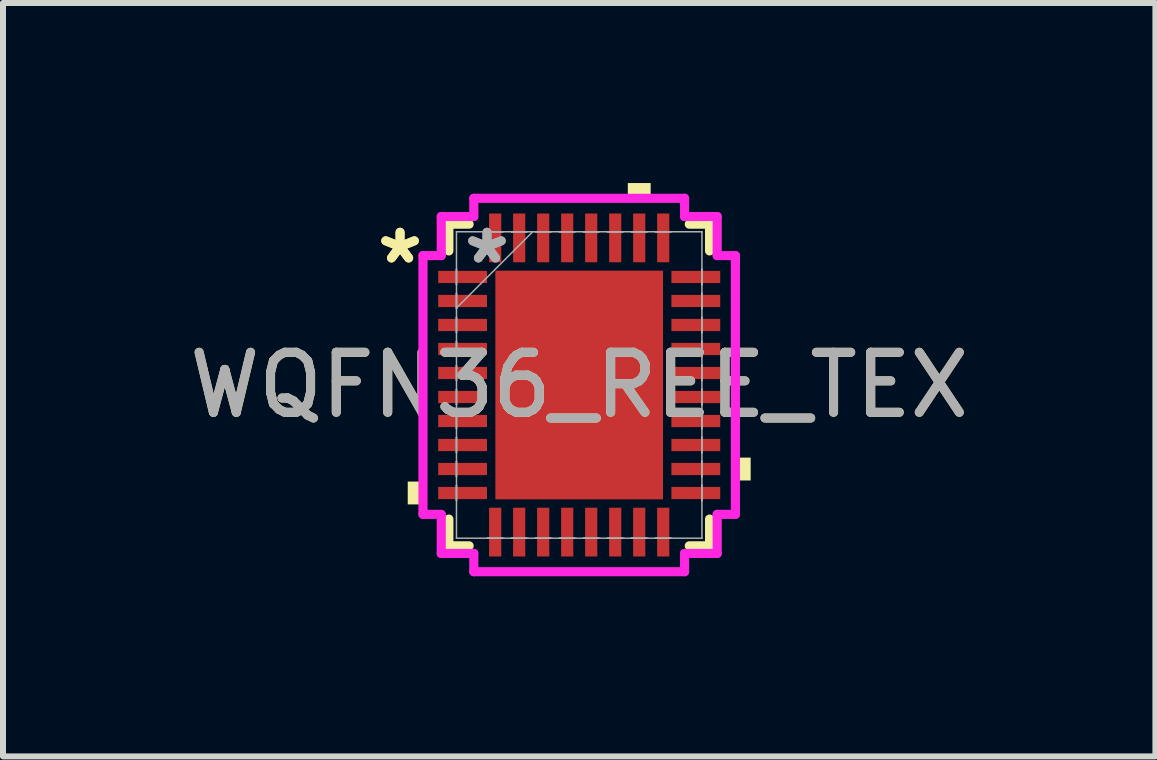
<source format=kicad_pcb>
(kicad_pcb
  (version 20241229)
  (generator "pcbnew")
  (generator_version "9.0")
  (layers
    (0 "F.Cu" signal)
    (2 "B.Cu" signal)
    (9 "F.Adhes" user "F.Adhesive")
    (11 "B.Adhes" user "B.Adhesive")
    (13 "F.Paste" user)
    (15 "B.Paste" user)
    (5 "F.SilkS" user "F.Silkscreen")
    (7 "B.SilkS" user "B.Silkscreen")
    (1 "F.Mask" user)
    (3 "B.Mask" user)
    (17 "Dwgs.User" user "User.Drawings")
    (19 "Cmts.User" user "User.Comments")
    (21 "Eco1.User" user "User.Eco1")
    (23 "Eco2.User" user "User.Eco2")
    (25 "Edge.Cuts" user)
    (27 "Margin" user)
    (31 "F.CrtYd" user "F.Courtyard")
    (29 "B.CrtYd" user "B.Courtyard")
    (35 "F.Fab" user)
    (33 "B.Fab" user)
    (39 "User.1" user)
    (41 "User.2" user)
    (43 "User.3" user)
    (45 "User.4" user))
  (footprint "WQFN36_REE_TEX"
    (layer "F.Cu")
    (at 6.601 3.365)
    (property "Reference" "WQFN36_REE_TEX" (at 0 0 0) (unlocked yes) (layer "F.SilkS") (effects (font (size 1 1) (thickness 0.15))))
    (attr smd)
    (fp_line (start -2.172 -2.68) (end -2.172 -2.234) (stroke (width 0.152) (type solid)) (layer "F.SilkS"))
    (fp_line (start -2.172 2.234) (end -2.172 2.68) (stroke (width 0.152) (type solid)) (layer "F.SilkS"))
    (fp_line (start -2.172 2.68) (end -1.834 2.68) (stroke (width 0.152) (type solid)) (layer "F.SilkS"))
    (fp_line (start -1.834 -2.68) (end -2.172 -2.68) (stroke (width 0.152) (type solid)) (layer "F.SilkS"))
    (fp_line (start 1.834 2.68) (end 2.172 2.68) (stroke (width 0.152) (type solid)) (layer "F.SilkS"))
    (fp_line (start 2.172 -2.68) (end 1.834 -2.68) (stroke (width 0.152) (type solid)) (layer "F.SilkS"))
    (fp_line (start 2.172 -2.234) (end 2.172 -2.68) (stroke (width 0.152) (type solid)) (layer "F.SilkS"))
    (fp_line (start 2.172 2.68) (end 2.172 2.234) (stroke (width 0.152) (type solid)) (layer "F.SilkS"))
    (fp_poly (pts (xy -2.857 1.609) (xy -2.857 1.99) (xy -2.603 1.99) (xy -2.603 1.609)) (stroke (width 0) (type solid)) (fill yes) (layer "F.SilkS"))
    (fp_poly (pts (xy 0.81 -3.111) (xy 0.81 -3.365) (xy 1.191 -3.365) (xy 1.191 -3.111)) (stroke (width 0) (type solid)) (fill yes) (layer "F.SilkS"))
    (fp_poly (pts (xy 2.857 1.21) (xy 2.857 1.591) (xy 2.603 1.591) (xy 2.603 1.21)) (stroke (width 0) (type solid)) (fill yes) (layer "F.SilkS"))
    (fp_poly (pts (xy -1.297 -1.805) (xy -1.297 -0.735) (xy -0.1 -0.735) (xy -0.1 -1.805)) (stroke (width 0) (type solid)) (fill yes) (layer "F.Paste"))
    (fp_poly (pts (xy -1.297 -0.535) (xy -1.297 0.535) (xy -0.1 0.535) (xy -0.1 -0.535)) (stroke (width 0) (type solid)) (fill yes) (layer "F.Paste"))
    (fp_poly (pts (xy -1.297 0.735) (xy -1.297 1.805) (xy -0.1 1.805) (xy -0.1 0.735)) (stroke (width 0) (type solid)) (fill yes) (layer "F.Paste"))
    (fp_poly (pts (xy 0.1 -1.805) (xy 0.1 -0.735) (xy 1.297 -0.735) (xy 1.297 -1.805)) (stroke (width 0) (type solid)) (fill yes) (layer "F.Paste"))
    (fp_poly (pts (xy 0.1 -0.535) (xy 0.1 0.535) (xy 1.297 0.535) (xy 1.297 -0.535)) (stroke (width 0) (type solid)) (fill yes) (layer "F.Paste"))
    (fp_poly (pts (xy 0.1 0.735) (xy 0.1 1.805) (xy 1.297 1.805) (xy 1.297 0.735)) (stroke (width 0) (type solid)) (fill yes) (layer "F.Paste"))
    (fp_line (start -2.603 -2.156) (end -2.299 -2.156) (stroke (width 0.152) (type solid)) (layer "F.CrtYd"))
    (fp_line (start -2.603 2.156) (end -2.603 -2.156) (stroke (width 0.152) (type solid)) (layer "F.CrtYd"))
    (fp_line (start -2.299 -2.807) (end -1.756 -2.807) (stroke (width 0.152) (type solid)) (layer "F.CrtYd"))
    (fp_line (start -2.299 -2.156) (end -2.299 -2.807) (stroke (width 0.152) (type solid)) (layer "F.CrtYd"))
    (fp_line (start -2.299 2.156) (end -2.603 2.156) (stroke (width 0.152) (type solid)) (layer "F.CrtYd"))
    (fp_line (start -2.299 2.807) (end -2.299 2.156) (stroke (width 0.152) (type solid)) (layer "F.CrtYd"))
    (fp_line (start -1.756 -3.111) (end 1.756 -3.111) (stroke (width 0.152) (type solid)) (layer "F.CrtYd"))
    (fp_line (start -1.756 -2.807) (end -1.756 -3.111) (stroke (width 0.152) (type solid)) (layer "F.CrtYd"))
    (fp_line (start -1.756 2.807) (end -2.299 2.807) (stroke (width 0.152) (type solid)) (layer "F.CrtYd"))
    (fp_line (start -1.756 3.111) (end -1.756 2.807) (stroke (width 0.152) (type solid)) (layer "F.CrtYd"))
    (fp_line (start 1.756 -3.111) (end 1.756 -2.807) (stroke (width 0.152) (type solid)) (layer "F.CrtYd"))
    (fp_line (start 1.756 -2.807) (end 2.299 -2.807) (stroke (width 0.152) (type solid)) (layer "F.CrtYd"))
    (fp_line (start 1.756 2.807) (end 1.756 3.111) (stroke (width 0.152) (type solid)) (layer "F.CrtYd"))
    (fp_line (start 1.756 3.111) (end -1.756 3.111) (stroke (width 0.152) (type solid)) (layer "F.CrtYd"))
    (fp_line (start 2.299 -2.807) (end 2.299 -2.156) (stroke (width 0.152) (type solid)) (layer "F.CrtYd"))
    (fp_line (start 2.299 -2.156) (end 2.603 -2.156) (stroke (width 0.152) (type solid)) (layer "F.CrtYd"))
    (fp_line (start 2.299 2.156) (end 2.299 2.807) (stroke (width 0.152) (type solid)) (layer "F.CrtYd"))
    (fp_line (start 2.299 2.807) (end 1.756 2.807) (stroke (width 0.152) (type solid)) (layer "F.CrtYd"))
    (fp_line (start 2.603 -2.156) (end 2.603 2.156) (stroke (width 0.152) (type solid)) (layer "F.CrtYd"))
    (fp_line (start 2.603 2.156) (end 2.299 2.156) (stroke (width 0.152) (type solid)) (layer "F.CrtYd"))
    (fp_line (start -2.045 -2.553) (end -2.045 -2.553) (stroke (width 0.025) (type solid)) (layer "F.Fab"))
    (fp_line (start -2.045 -2.553) (end -2.045 2.553) (stroke (width 0.025) (type solid)) (layer "F.Fab"))
    (fp_line (start -2.045 -1.927) (end -2.045 -1.927) (stroke (width 0.025) (type solid)) (layer "F.Fab"))
    (fp_line (start -2.045 -1.927) (end -2.045 -1.673) (stroke (width 0.025) (type solid)) (layer "F.Fab"))
    (fp_line (start -2.045 -1.673) (end -2.045 -1.927) (stroke (width 0.025) (type solid)) (layer "F.Fab"))
    (fp_line (start -2.045 -1.673) (end -2.045 -1.673) (stroke (width 0.025) (type solid)) (layer "F.Fab"))
    (fp_line (start -2.045 -1.527) (end -2.045 -1.527) (stroke (width 0.025) (type solid)) (layer "F.Fab"))
    (fp_line (start -2.045 -1.527) (end -2.045 -1.273) (stroke (width 0.025) (type solid)) (layer "F.Fab"))
    (fp_line (start -2.045 -1.283) (end -0.775 -2.553) (stroke (width 0.025) (type solid)) (layer "F.Fab"))
    (fp_line (start -2.045 -1.273) (end -2.045 -1.527) (stroke (width 0.025) (type solid)) (layer "F.Fab"))
    (fp_line (start -2.045 -1.273) (end -2.045 -1.273) (stroke (width 0.025) (type solid)) (layer "F.Fab"))
    (fp_line (start -2.045 -1.127) (end -2.045 -1.127) (stroke (width 0.025) (type solid)) (layer "F.Fab"))
    (fp_line (start -2.045 -1.127) (end -2.045 -0.873) (stroke (width 0.025) (type solid)) (layer "F.Fab"))
    (fp_line (start -2.045 -0.873) (end -2.045 -1.127) (stroke (width 0.025) (type solid)) (layer "F.Fab"))
    (fp_line (start -2.045 -0.873) (end -2.045 -0.873) (stroke (width 0.025) (type solid)) (layer "F.Fab"))
    (fp_line (start -2.045 -0.727) (end -2.045 -0.727) (stroke (width 0.025) (type solid)) (layer "F.Fab"))
    (fp_line (start -2.045 -0.727) (end -2.045 -0.473) (stroke (width 0.025) (type solid)) (layer "F.Fab"))
    (fp_line (start -2.045 -0.473) (end -2.045 -0.727) (stroke (width 0.025) (type solid)) (layer "F.Fab"))
    (fp_line (start -2.045 -0.473) (end -2.045 -0.473) (stroke (width 0.025) (type solid)) (layer "F.Fab"))
    (fp_line (start -2.045 -0.327) (end -2.045 -0.327) (stroke (width 0.025) (type solid)) (layer "F.Fab"))
    (fp_line (start -2.045 -0.327) (end -2.045 -0.073) (stroke (width 0.025) (type solid)) (layer "F.Fab"))
    (fp_line (start -2.045 -0.073) (end -2.045 -0.327) (stroke (width 0.025) (type solid)) (layer "F.Fab"))
    (fp_line (start -2.045 -0.073) (end -2.045 -0.073) (stroke (width 0.025) (type solid)) (layer "F.Fab"))
    (fp_line (start -2.045 0.073) (end -2.045 0.073) (stroke (width 0.025) (type solid)) (layer "F.Fab"))
    (fp_line (start -2.045 0.073) (end -2.045 0.327) (stroke (width 0.025) (type solid)) (layer "F.Fab"))
    (fp_line (start -2.045 0.327) (end -2.045 0.073) (stroke (width 0.025) (type solid)) (layer "F.Fab"))
    (fp_line (start -2.045 0.327) (end -2.045 0.327) (stroke (width 0.025) (type solid)) (layer "F.Fab"))
    (fp_line (start -2.045 0.473) (end -2.045 0.473) (stroke (width 0.025) (type solid)) (layer "F.Fab"))
    (fp_line (start -2.045 0.473) (end -2.045 0.727) (stroke (width 0.025) (type solid)) (layer "F.Fab"))
    (fp_line (start -2.045 0.727) (end -2.045 0.473) (stroke (width 0.025) (type solid)) (layer "F.Fab"))
    (fp_line (start -2.045 0.727) (end -2.045 0.727) (stroke (width 0.025) (type solid)) (layer "F.Fab"))
    (fp_line (start -2.045 0.873) (end -2.045 0.873) (stroke (width 0.025) (type solid)) (layer "F.Fab"))
    (fp_line (start -2.045 0.873) (end -2.045 1.127) (stroke (width 0.025) (type solid)) (layer "F.Fab"))
    (fp_line (start -2.045 1.127) (end -2.045 0.873) (stroke (width 0.025) (type solid)) (layer "F.Fab"))
    (fp_line (start -2.045 1.127) (end -2.045 1.127) (stroke (width 0.025) (type solid)) (layer "F.Fab"))
    (fp_line (start -2.045 1.273) (end -2.045 1.273) (stroke (width 0.025) (type solid)) (layer "F.Fab"))
    (fp_line (start -2.045 1.273) (end -2.045 1.527) (stroke (width 0.025) (type solid)) (layer "F.Fab"))
    (fp_line (start -2.045 1.527) (end -2.045 1.273) (stroke (width 0.025) (type solid)) (layer "F.Fab"))
    (fp_line (start -2.045 1.527) (end -2.045 1.527) (stroke (width 0.025) (type solid)) (layer "F.Fab"))
    (fp_line (start -2.045 1.673) (end -2.045 1.673) (stroke (width 0.025) (type solid)) (layer "F.Fab"))
    (fp_line (start -2.045 1.673) (end -2.045 1.927) (stroke (width 0.025) (type solid)) (layer "F.Fab"))
    (fp_line (start -2.045 1.927) (end -2.045 1.673) (stroke (width 0.025) (type solid)) (layer "F.Fab"))
    (fp_line (start -2.045 1.927) (end -2.045 1.927) (stroke (width 0.025) (type solid)) (layer "F.Fab"))
    (fp_line (start -2.045 2.553) (end -2.045 2.553) (stroke (width 0.025) (type solid)) (layer "F.Fab"))
    (fp_line (start -2.045 2.553) (end 2.045 2.553) (stroke (width 0.025) (type solid)) (layer "F.Fab"))
    (fp_line (start -1.527 -2.553) (end -1.527 -2.553) (stroke (width 0.025) (type solid)) (layer "F.Fab"))
    (fp_line (start -1.527 -2.553) (end -1.273 -2.553) (stroke (width 0.025) (type solid)) (layer "F.Fab"))
    (fp_line (start -1.527 2.553) (end -1.527 2.553) (stroke (width 0.025) (type solid)) (layer "F.Fab"))
    (fp_line (start -1.527 2.553) (end -1.273 2.553) (stroke (width 0.025) (type solid)) (layer "F.Fab"))
    (fp_line (start -1.273 -2.553) (end -1.527 -2.553) (stroke (width 0.025) (type solid)) (layer "F.Fab"))
    (fp_line (start -1.273 -2.553) (end -1.273 -2.553) (stroke (width 0.025) (type solid)) (layer "F.Fab"))
    (fp_line (start -1.273 2.553) (end -1.527 2.553) (stroke (width 0.025) (type solid)) (layer "F.Fab"))
    (fp_line (start -1.273 2.553) (end -1.273 2.553) (stroke (width 0.025) (type solid)) (layer "F.Fab"))
    (fp_line (start -1.127 -2.553) (end -1.127 -2.553) (stroke (width 0.025) (type solid)) (layer "F.Fab"))
    (fp_line (start -1.127 -2.553) (end -0.873 -2.553) (stroke (width 0.025) (type solid)) (layer "F.Fab"))
    (fp_line (start -1.127 2.553) (end -1.127 2.553) (stroke (width 0.025) (type solid)) (layer "F.Fab"))
    (fp_line (start -1.127 2.553) (end -0.873 2.553) (stroke (width 0.025) (type solid)) (layer "F.Fab"))
    (fp_line (start -0.873 -2.553) (end -1.127 -2.553) (stroke (width 0.025) (type solid)) (layer "F.Fab"))
    (fp_line (start -0.873 -2.553) (end -0.873 -2.553) (stroke (width 0.025) (type solid)) (layer "F.Fab"))
    (fp_line (start -0.873 2.553) (end -1.127 2.553) (stroke (width 0.025) (type solid)) (layer "F.Fab"))
    (fp_line (start -0.873 2.553) (end -0.873 2.553) (stroke (width 0.025) (type solid)) (layer "F.Fab"))
    (fp_line (start -0.727 -2.553) (end -0.727 -2.553) (stroke (width 0.025) (type solid)) (layer "F.Fab"))
    (fp_line (start -0.727 -2.553) (end -0.473 -2.553) (stroke (width 0.025) (type solid)) (layer "F.Fab"))
    (fp_line (start -0.727 2.553) (end -0.727 2.553) (stroke (width 0.025) (type solid)) (layer "F.Fab"))
    (fp_line (start -0.727 2.553) (end -0.473 2.553) (stroke (width 0.025) (type solid)) (layer "F.Fab"))
    (fp_line (start -0.473 -2.553) (end -0.727 -2.553) (stroke (width 0.025) (type solid)) (layer "F.Fab"))
    (fp_line (start -0.473 -2.553) (end -0.473 -2.553) (stroke (width 0.025) (type solid)) (layer "F.Fab"))
    (fp_line (start -0.473 2.553) (end -0.727 2.553) (stroke (width 0.025) (type solid)) (layer "F.Fab"))
    (fp_line (start -0.473 2.553) (end -0.473 2.553) (stroke (width 0.025) (type solid)) (layer "F.Fab"))
    (fp_line (start -0.327 -2.553) (end -0.327 -2.553) (stroke (width 0.025) (type solid)) (layer "F.Fab"))
    (fp_line (start -0.327 -2.553) (end -0.073 -2.553) (stroke (width 0.025) (type solid)) (layer "F.Fab"))
    (fp_line (start -0.327 2.553) (end -0.327 2.553) (stroke (width 0.025) (type solid)) (layer "F.Fab"))
    (fp_line (start -0.327 2.553) (end -0.073 2.553) (stroke (width 0.025) (type solid)) (layer "F.Fab"))
    (fp_line (start -0.073 -2.553) (end -0.327 -2.553) (stroke (width 0.025) (type solid)) (layer "F.Fab"))
    (fp_line (start -0.073 -2.553) (end -0.073 -2.553) (stroke (width 0.025) (type solid)) (layer "F.Fab"))
    (fp_line (start -0.073 2.553) (end -0.327 2.553) (stroke (width 0.025) (type solid)) (layer "F.Fab"))
    (fp_line (start -0.073 2.553) (end -0.073 2.553) (stroke (width 0.025) (type solid)) (layer "F.Fab"))
    (fp_line (start 0.073 -2.553) (end 0.073 -2.553) (stroke (width 0.025) (type solid)) (layer "F.Fab"))
    (fp_line (start 0.073 -2.553) (end 0.327 -2.553) (stroke (width 0.025) (type solid)) (layer "F.Fab"))
    (fp_line (start 0.073 2.553) (end 0.073 2.553) (stroke (width 0.025) (type solid)) (layer "F.Fab"))
    (fp_line (start 0.073 2.553) (end 0.327 2.553) (stroke (width 0.025) (type solid)) (layer "F.Fab"))
    (fp_line (start 0.327 -2.553) (end 0.073 -2.553) (stroke (width 0.025) (type solid)) (layer "F.Fab"))
    (fp_line (start 0.327 -2.553) (end 0.327 -2.553) (stroke (width 0.025) (type solid)) (layer "F.Fab"))
    (fp_line (start 0.327 2.553) (end 0.073 2.553) (stroke (width 0.025) (type solid)) (layer "F.Fab"))
    (fp_line (start 0.327 2.553) (end 0.327 2.553) (stroke (width 0.025) (type solid)) (layer "F.Fab"))
    (fp_line (start 0.473 -2.553) (end 0.473 -2.553) (stroke (width 0.025) (type solid)) (layer "F.Fab"))
    (fp_line (start 0.473 -2.553) (end 0.727 -2.553) (stroke (width 0.025) (type solid)) (layer "F.Fab"))
    (fp_line (start 0.473 2.553) (end 0.473 2.553) (stroke (width 0.025) (type solid)) (layer "F.Fab"))
    (fp_line (start 0.473 2.553) (end 0.727 2.553) (stroke (width 0.025) (type solid)) (layer "F.Fab"))
    (fp_line (start 0.727 -2.553) (end 0.473 -2.553) (stroke (width 0.025) (type solid)) (layer "F.Fab"))
    (fp_line (start 0.727 -2.553) (end 0.727 -2.553) (stroke (width 0.025) (type solid)) (layer "F.Fab"))
    (fp_line (start 0.727 2.553) (end 0.473 2.553) (stroke (width 0.025) (type solid)) (layer "F.Fab"))
    (fp_line (start 0.727 2.553) (end 0.727 2.553) (stroke (width 0.025) (type solid)) (layer "F.Fab"))
    (fp_line (start 0.873 -2.553) (end 0.873 -2.553) (stroke (width 0.025) (type solid)) (layer "F.Fab"))
    (fp_line (start 0.873 -2.553) (end 1.127 -2.553) (stroke (width 0.025) (type solid)) (layer "F.Fab"))
    (fp_line (start 0.873 2.553) (end 0.873 2.553) (stroke (width 0.025) (type solid)) (layer "F.Fab"))
    (fp_line (start 0.873 2.553) (end 1.127 2.553) (stroke (width 0.025) (type solid)) (layer "F.Fab"))
    (fp_line (start 1.127 -2.553) (end 0.873 -2.553) (stroke (width 0.025) (type solid)) (layer "F.Fab"))
    (fp_line (start 1.127 -2.553) (end 1.127 -2.553) (stroke (width 0.025) (type solid)) (layer "F.Fab"))
    (fp_line (start 1.127 2.553) (end 0.873 2.553) (stroke (width 0.025) (type solid)) (layer "F.Fab"))
    (fp_line (start 1.127 2.553) (end 1.127 2.553) (stroke (width 0.025) (type solid)) (layer "F.Fab"))
    (fp_line (start 1.273 -2.553) (end 1.273 -2.553) (stroke (width 0.025) (type solid)) (layer "F.Fab"))
    (fp_line (start 1.273 -2.553) (end 1.527 -2.553) (stroke (width 0.025) (type solid)) (layer "F.Fab"))
    (fp_line (start 1.273 2.553) (end 1.273 2.553) (stroke (width 0.025) (type solid)) (layer "F.Fab"))
    (fp_line (start 1.273 2.553) (end 1.527 2.553) (stroke (width 0.025) (type solid)) (layer "F.Fab"))
    (fp_line (start 1.527 -2.553) (end 1.273 -2.553) (stroke (width 0.025) (type solid)) (layer "F.Fab"))
    (fp_line (start 1.527 -2.553) (end 1.527 -2.553) (stroke (width 0.025) (type solid)) (layer "F.Fab"))
    (fp_line (start 1.527 2.553) (end 1.273 2.553) (stroke (width 0.025) (type solid)) (layer "F.Fab"))
    (fp_line (start 1.527 2.553) (end 1.527 2.553) (stroke (width 0.025) (type solid)) (layer "F.Fab"))
    (fp_line (start 2.045 -2.553) (end -2.045 -2.553) (stroke (width 0.025) (type solid)) (layer "F.Fab"))
    (fp_line (start 2.045 -2.553) (end 2.045 -2.553) (stroke (width 0.025) (type solid)) (layer "F.Fab"))
    (fp_line (start 2.045 -1.927) (end 2.045 -1.927) (stroke (width 0.025) (type solid)) (layer "F.Fab"))
    (fp_line (start 2.045 -1.927) (end 2.045 -1.673) (stroke (width 0.025) (type solid)) (layer "F.Fab"))
    (fp_line (start 2.045 -1.673) (end 2.045 -1.927) (stroke (width 0.025) (type solid)) (layer "F.Fab"))
    (fp_line (start 2.045 -1.673) (end 2.045 -1.673) (stroke (width 0.025) (type solid)) (layer "F.Fab"))
    (fp_line (start 2.045 -1.527) (end 2.045 -1.527) (stroke (width 0.025) (type solid)) (layer "F.Fab"))
    (fp_line (start 2.045 -1.527) (end 2.045 -1.273) (stroke (width 0.025) (type solid)) (layer "F.Fab"))
    (fp_line (start 2.045 -1.273) (end 2.045 -1.527) (stroke (width 0.025) (type solid)) (layer "F.Fab"))
    (fp_line (start 2.045 -1.273) (end 2.045 -1.273) (stroke (width 0.025) (type solid)) (layer "F.Fab"))
    (fp_line (start 2.045 -1.127) (end 2.045 -1.127) (stroke (width 0.025) (type solid)) (layer "F.Fab"))
    (fp_line (start 2.045 -1.127) (end 2.045 -0.873) (stroke (width 0.025) (type solid)) (layer "F.Fab"))
    (fp_line (start 2.045 -0.873) (end 2.045 -1.127) (stroke (width 0.025) (type solid)) (layer "F.Fab"))
    (fp_line (start 2.045 -0.873) (end 2.045 -0.873) (stroke (width 0.025) (type solid)) (layer "F.Fab"))
    (fp_line (start 2.045 -0.727) (end 2.045 -0.727) (stroke (width 0.025) (type solid)) (layer "F.Fab"))
    (fp_line (start 2.045 -0.727) (end 2.045 -0.473) (stroke (width 0.025) (type solid)) (layer "F.Fab"))
    (fp_line (start 2.045 -0.473) (end 2.045 -0.727) (stroke (width 0.025) (type solid)) (layer "F.Fab"))
    (fp_line (start 2.045 -0.473) (end 2.045 -0.473) (stroke (width 0.025) (type solid)) (layer "F.Fab"))
    (fp_line (start 2.045 -0.327) (end 2.045 -0.327) (stroke (width 0.025) (type solid)) (layer "F.Fab"))
    (fp_line (start 2.045 -0.327) (end 2.045 -0.073) (stroke (width 0.025) (type solid)) (layer "F.Fab"))
    (fp_line (start 2.045 -0.073) (end 2.045 -0.327) (stroke (width 0.025) (type solid)) (layer "F.Fab"))
    (fp_line (start 2.045 -0.073) (end 2.045 -0.073) (stroke (width 0.025) (type solid)) (layer "F.Fab"))
    (fp_line (start 2.045 0.073) (end 2.045 0.073) (stroke (width 0.025) (type solid)) (layer "F.Fab"))
    (fp_line (start 2.045 0.073) (end 2.045 0.327) (stroke (width 0.025) (type solid)) (layer "F.Fab"))
    (fp_line (start 2.045 0.327) (end 2.045 0.073) (stroke (width 0.025) (type solid)) (layer "F.Fab"))
    (fp_line (start 2.045 0.327) (end 2.045 0.327) (stroke (width 0.025) (type solid)) (layer "F.Fab"))
    (fp_line (start 2.045 0.473) (end 2.045 0.473) (stroke (width 0.025) (type solid)) (layer "F.Fab"))
    (fp_line (start 2.045 0.473) (end 2.045 0.727) (stroke (width 0.025) (type solid)) (layer "F.Fab"))
    (fp_line (start 2.045 0.727) (end 2.045 0.473) (stroke (width 0.025) (type solid)) (layer "F.Fab"))
    (fp_line (start 2.045 0.727) (end 2.045 0.727) (stroke (width 0.025) (type solid)) (layer "F.Fab"))
    (fp_line (start 2.045 0.873) (end 2.045 0.873) (stroke (width 0.025) (type solid)) (layer "F.Fab"))
    (fp_line (start 2.045 0.873) (end 2.045 1.127) (stroke (width 0.025) (type solid)) (layer "F.Fab"))
    (fp_line (start 2.045 1.127) (end 2.045 0.873) (stroke (width 0.025) (type solid)) (layer "F.Fab"))
    (fp_line (start 2.045 1.127) (end 2.045 1.127) (stroke (width 0.025) (type solid)) (layer "F.Fab"))
    (fp_line (start 2.045 1.273) (end 2.045 1.273) (stroke (width 0.025) (type solid)) (layer "F.Fab"))
    (fp_line (start 2.045 1.273) (end 2.045 1.527) (stroke (width 0.025) (type solid)) (layer "F.Fab"))
    (fp_line (start 2.045 1.527) (end 2.045 1.273) (stroke (width 0.025) (type solid)) (layer "F.Fab"))
    (fp_line (start 2.045 1.527) (end 2.045 1.527) (stroke (width 0.025) (type solid)) (layer "F.Fab"))
    (fp_line (start 2.045 1.673) (end 2.045 1.673) (stroke (width 0.025) (type solid)) (layer "F.Fab"))
    (fp_line (start 2.045 1.673) (end 2.045 1.927) (stroke (width 0.025) (type solid)) (layer "F.Fab"))
    (fp_line (start 2.045 1.927) (end 2.045 1.673) (stroke (width 0.025) (type solid)) (layer "F.Fab"))
    (fp_line (start 2.045 1.927) (end 2.045 1.927) (stroke (width 0.025) (type solid)) (layer "F.Fab"))
    (fp_line (start 2.045 2.553) (end 2.045 -2.553) (stroke (width 0.025) (type solid)) (layer "F.Fab"))
    (fp_line (start 2.045 2.553) (end 2.045 2.553) (stroke (width 0.025) (type solid)) (layer "F.Fab"))
    (fp_text user "*" (at -2.985 -2 0) (unlocked yes) (layer "F.SilkS") (effects (font (size 1 1) (thickness 0.15))))
    (fp_text user "*" (at -2.985 -2 0) (layer "F.SilkS") (effects (font (size 1 1) (thickness 0.15))))
    (fp_text user "${REFERENCE}" (at 0 0 0) (unlocked yes) (layer "F.Fab") (effects (font (size 1 1) (thickness 0.15))))
    (fp_text user "*" (at -1.537 -2 0) (unlocked yes) (layer "F.Fab") (effects (font (size 1 1) (thickness 0.15))))
    (fp_text user "*" (at -1.537 -2 0) (layer "F.Fab") (effects (font (size 1 1) (thickness 0.15))))
    (pad "1" smd rect (at -1.943 -1.8 90) (size 0.203 0.813) (layers "F.Cu" "F.Mask" "F.Paste"))
    (pad "2" smd rect (at -1.943 -1.4 90) (size 0.203 0.813) (layers "F.Cu" "F.Mask" "F.Paste"))
    (pad "3" smd rect (at -1.943 -1 90) (size 0.203 0.813) (layers "F.Cu" "F.Mask" "F.Paste"))
    (pad "4" smd rect (at -1.943 -0.6 90) (size 0.203 0.813) (layers "F.Cu" "F.Mask" "F.Paste"))
    (pad "5" smd rect (at -1.943 -0.2 90) (size 0.203 0.813) (layers "F.Cu" "F.Mask" "F.Paste"))
    (pad "6" smd rect (at -1.943 0.2 90) (size 0.203 0.813) (layers "F.Cu" "F.Mask" "F.Paste"))
    (pad "7" smd rect (at -1.943 0.6 90) (size 0.203 0.813) (layers "F.Cu" "F.Mask" "F.Paste"))
    (pad "8" smd rect (at -1.943 1 90) (size 0.203 0.813) (layers "F.Cu" "F.Mask" "F.Paste"))
    (pad "9" smd rect (at -1.943 1.4 90) (size 0.203 0.813) (layers "F.Cu" "F.Mask" "F.Paste"))
    (pad "10" smd rect (at -1.943 1.8 90) (size 0.203 0.813) (layers "F.Cu" "F.Mask" "F.Paste"))
    (pad "11" smd rect (at -1.4 2.451) (size 0.203 0.813) (layers "F.Cu" "F.Mask" "F.Paste"))
    (pad "12" smd rect (at -1 2.451) (size 0.203 0.813) (layers "F.Cu" "F.Mask" "F.Paste"))
    (pad "13" smd rect (at -0.6 2.451) (size 0.203 0.813) (layers "F.Cu" "F.Mask" "F.Paste"))
    (pad "14" smd rect (at -0.2 2.451) (size 0.203 0.813) (layers "F.Cu" "F.Mask" "F.Paste"))
    (pad "15" smd rect (at 0.2 2.451) (size 0.203 0.813) (layers "F.Cu" "F.Mask" "F.Paste"))
    (pad "16" smd rect (at 0.6 2.451) (size 0.203 0.813) (layers "F.Cu" "F.Mask" "F.Paste"))
    (pad "17" smd rect (at 1 2.451) (size 0.203 0.813) (layers "F.Cu" "F.Mask" "F.Paste"))
    (pad "18" smd rect (at 1.4 2.451) (size 0.203 0.813) (layers "F.Cu" "F.Mask" "F.Paste"))
    (pad "19" smd rect (at 1.943 1.8 90) (size 0.203 0.813) (layers "F.Cu" "F.Mask" "F.Paste"))
    (pad "20" smd rect (at 1.943 1.4 90) (size 0.203 0.813) (layers "F.Cu" "F.Mask" "F.Paste"))
    (pad "21" smd rect (at 1.943 1 90) (size 0.203 0.813) (layers "F.Cu" "F.Mask" "F.Paste"))
    (pad "22" smd rect (at 1.943 0.6 90) (size 0.203 0.813) (layers "F.Cu" "F.Mask" "F.Paste"))
    (pad "23" smd rect (at 1.943 0.2 90) (size 0.203 0.813) (layers "F.Cu" "F.Mask" "F.Paste"))
    (pad "24" smd rect (at 1.943 -0.2 90) (size 0.203 0.813) (layers "F.Cu" "F.Mask" "F.Paste"))
    (pad "25" smd rect (at 1.943 -0.6 90) (size 0.203 0.813) (layers "F.Cu" "F.Mask" "F.Paste"))
    (pad "26" smd rect (at 1.943 -1 90) (size 0.203 0.813) (layers "F.Cu" "F.Mask" "F.Paste"))
    (pad "27" smd rect (at 1.943 -1.4 90) (size 0.203 0.813) (layers "F.Cu" "F.Mask" "F.Paste"))
    (pad "28" smd rect (at 1.943 -1.8 90) (size 0.203 0.813) (layers "F.Cu" "F.Mask" "F.Paste"))
    (pad "29" smd rect (at 1.4 -2.451) (size 0.203 0.813) (layers "F.Cu" "F.Mask" "F.Paste"))
    (pad "30" smd rect (at 1 -2.451) (size 0.203 0.813) (layers "F.Cu" "F.Mask" "F.Paste"))
    (pad "31" smd rect (at 0.6 -2.451) (size 0.203 0.813) (layers "F.Cu" "F.Mask" "F.Paste"))
    (pad "32" smd rect (at 0.2 -2.451) (size 0.203 0.813) (layers "F.Cu" "F.Mask" "F.Paste"))
    (pad "33" smd rect (at -0.2 -2.451) (size 0.203 0.813) (layers "F.Cu" "F.Mask" "F.Paste"))
    (pad "34" smd rect (at -0.6 -2.451) (size 0.203 0.813) (layers "F.Cu" "F.Mask" "F.Paste"))
    (pad "35" smd rect (at -1 -2.451) (size 0.203 0.813) (layers "F.Cu" "F.Mask" "F.Paste"))
    (pad "36" smd rect (at -1.4 -2.451) (size 0.203 0.813) (layers "F.Cu" "F.Mask" "F.Paste"))
    (pad "37" smd rect (at 0 0) (size 2.794 3.81) (layers "F.Cu" "F.Mask" "F.Paste")))
  (gr_rect
    (start -3 -3)
    (end 16.202 9.553)
    (stroke (width 0.1) (type default))
    (fill no)
    (layer "Edge.Cuts")))
</source>
